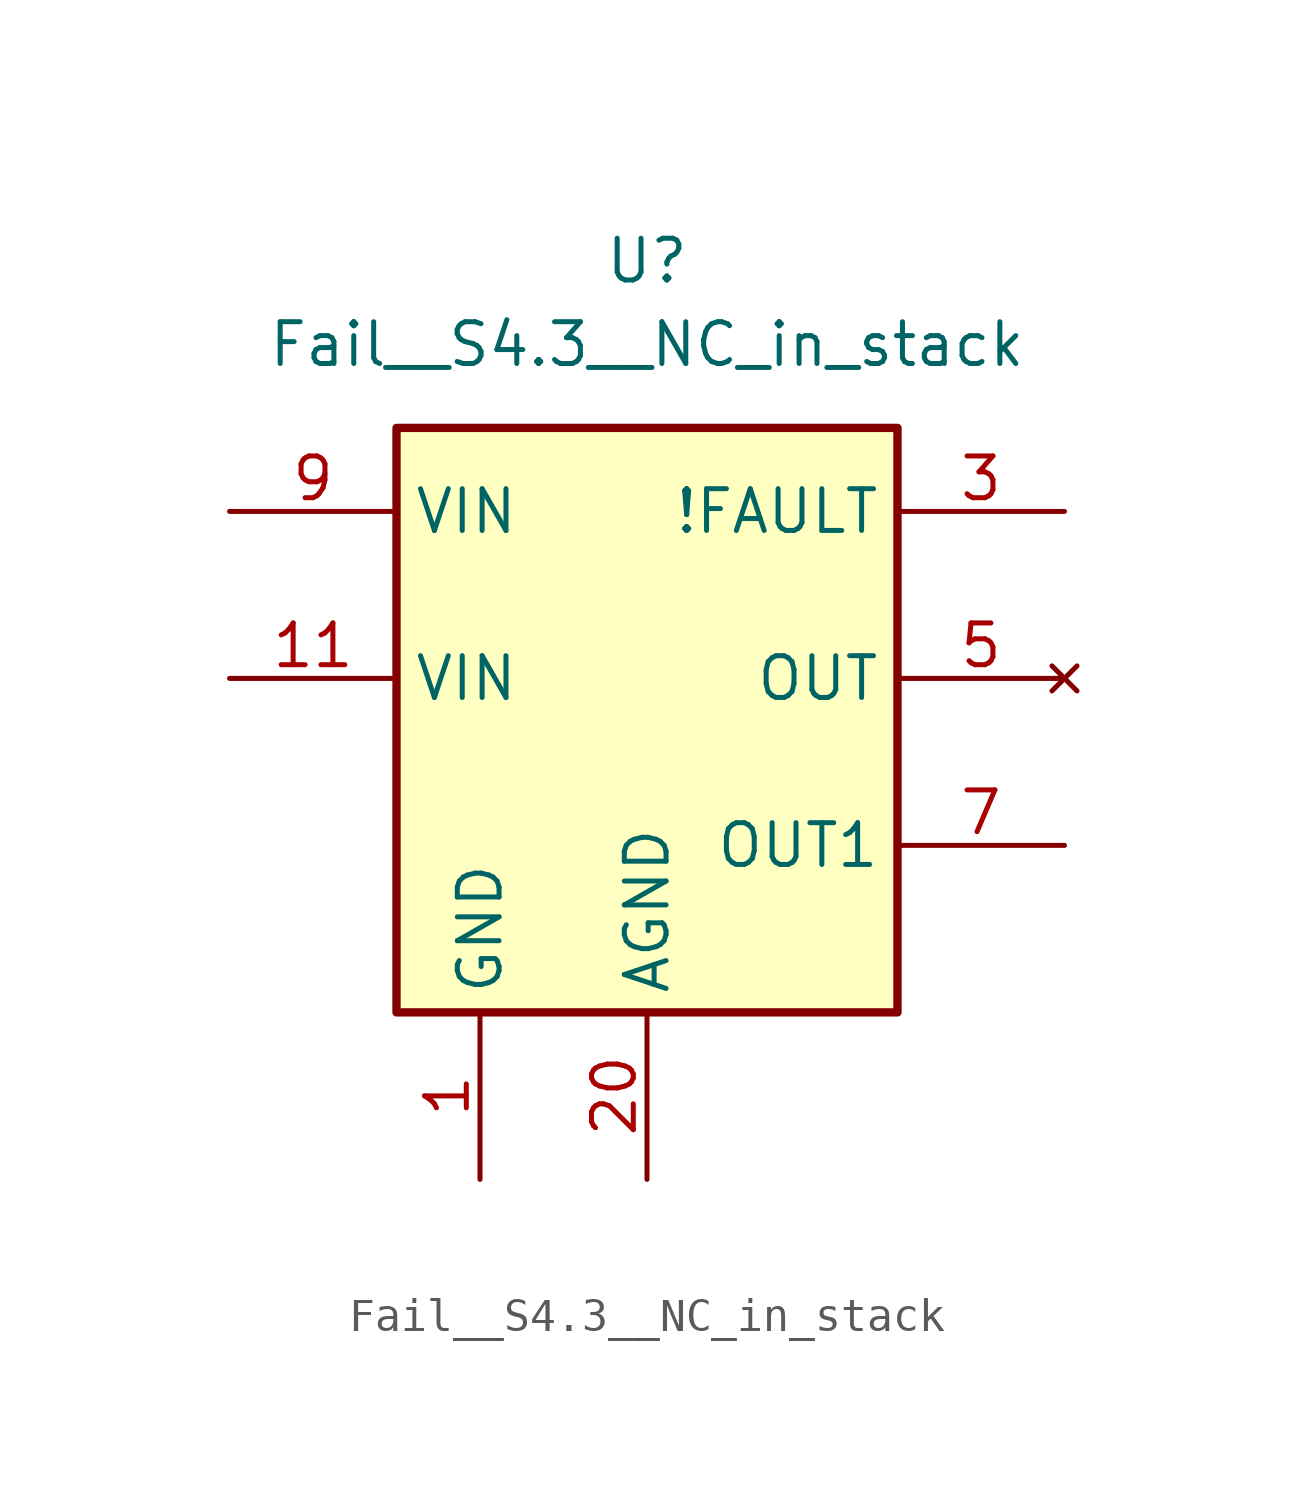
<source format=kicad_sym>
(kicad_symbol_lib
  (version 20201005)
  (generator kicad_symbol_editor)
  (symbol "CI_Test_S4.3:Fail__S4.3__NC_in_stack"
    (property "Reference" "U"
      (at 0 12.7 0)
      (effects (font (size 1.27 1.27))))
    (property "Value" "Fail__S4.3__NC_in_stack"
      (at 0 10.16 0)
      (effects (font (size 1.27 1.27))))
    (symbol "Fail__S4.3__NC_in_stack_0_1"
      (rectangle (start -7.62 7.62) (end 7.62 -10.16) (stroke (width 0.254)) (fill (type background))))
    (symbol "Fail__S4.3__NC_in_stack_1_1"
      (pin power_in line (at -5.08 -15.24 90) (length 5.08) (name "GND" (effects (font (size 1.27 1.27)))) (number "1" (effects (font (size 1.27 1.27)))))
      (pin passive line (at -5.08 -15.24 90) (length 5.08) hide (name "GND" (effects (font (size 1.27 1.27)))) (number "2" (effects (font (size 1.27 1.27)))))
      (pin open_collector line (at 12.7 5.08 180) (length 5.08) hide (name "!FAULT" (effects (font (size 1.27 1.27)))) (number "4" (effects (font (size 1.27 1.27)))))
      (pin open_collector line (at 12.7 5.08 180) (length 5.08) (name "!FAULT" (effects (font (size 1.27 1.27)))) (number "3" (effects (font (size 1.27 1.27)))))
      (pin output line (at 12.7 0 180) (length 5.08) hide (name "OUT" (effects (font (size 1.27 1.27)))) (number "6" (effects (font (size 1.27 1.27)))))
      (pin unconnected line (at 12.7 0 180) (length 5.08) (name "OUT" (effects (font (size 1.27 1.27)))) (number "5" (effects (font (size 1.27 1.27)))))
      (pin passive line (at 12.7 -5.08 180) (length 5.08) hide (name "OUT1" (effects (font (size 1.27 1.27)))) (number "8" (effects (font (size 1.27 1.27)))))
      (pin output line (at 12.7 -5.08 180) (length 5.08) (name "OUT1" (effects (font (size 1.27 1.27)))) (number "7" (effects (font (size 1.27 1.27)))))
      (pin power_in line (at -12.7 5.08 0) (length 5.08) (name "VIN" (effects (font (size 1.27 1.27)))) (number "9" (effects (font (size 1.27 1.27)))))
      (pin power_in line (at -12.7 5.08 0) (length 5.08) hide (name "VIN" (effects (font (size 1.27 1.27)))) (number "10" (effects (font (size 1.27 1.27)))))
      (pin power_in line (at -12.7 0 0) (length 5.08) (name "VIN" (effects (font (size 1.27 1.27)))) (number "11" (effects (font (size 1.27 1.27)))))
      (pin passive line (at -12.7 0 0) (length 5.08) hide (name "VIN" (effects (font (size 1.27 1.27)))) (number "12" (effects (font (size 1.27 1.27)))))
      (pin power_in line (at 0 -15.24 90) (length 5.08) (name "AGND" (effects (font (size 1.27 1.27)))) (number "20" (effects (font (size 1.27 1.27)))))
      (pin passive line (at 0 -15.24 90) (length 5.08) hide (name "AGND" (effects (font (size 1.27 1.27)))) (number "21" (effects (font (size 1.27 1.27)))))
      (pin passive line (at 0 -15.24 90) (length 5.08) hide (name "AGND" (effects (font (size 1.27 1.27)))) (number "22" (effects (font (size 1.27 1.27))))))))
</source>
